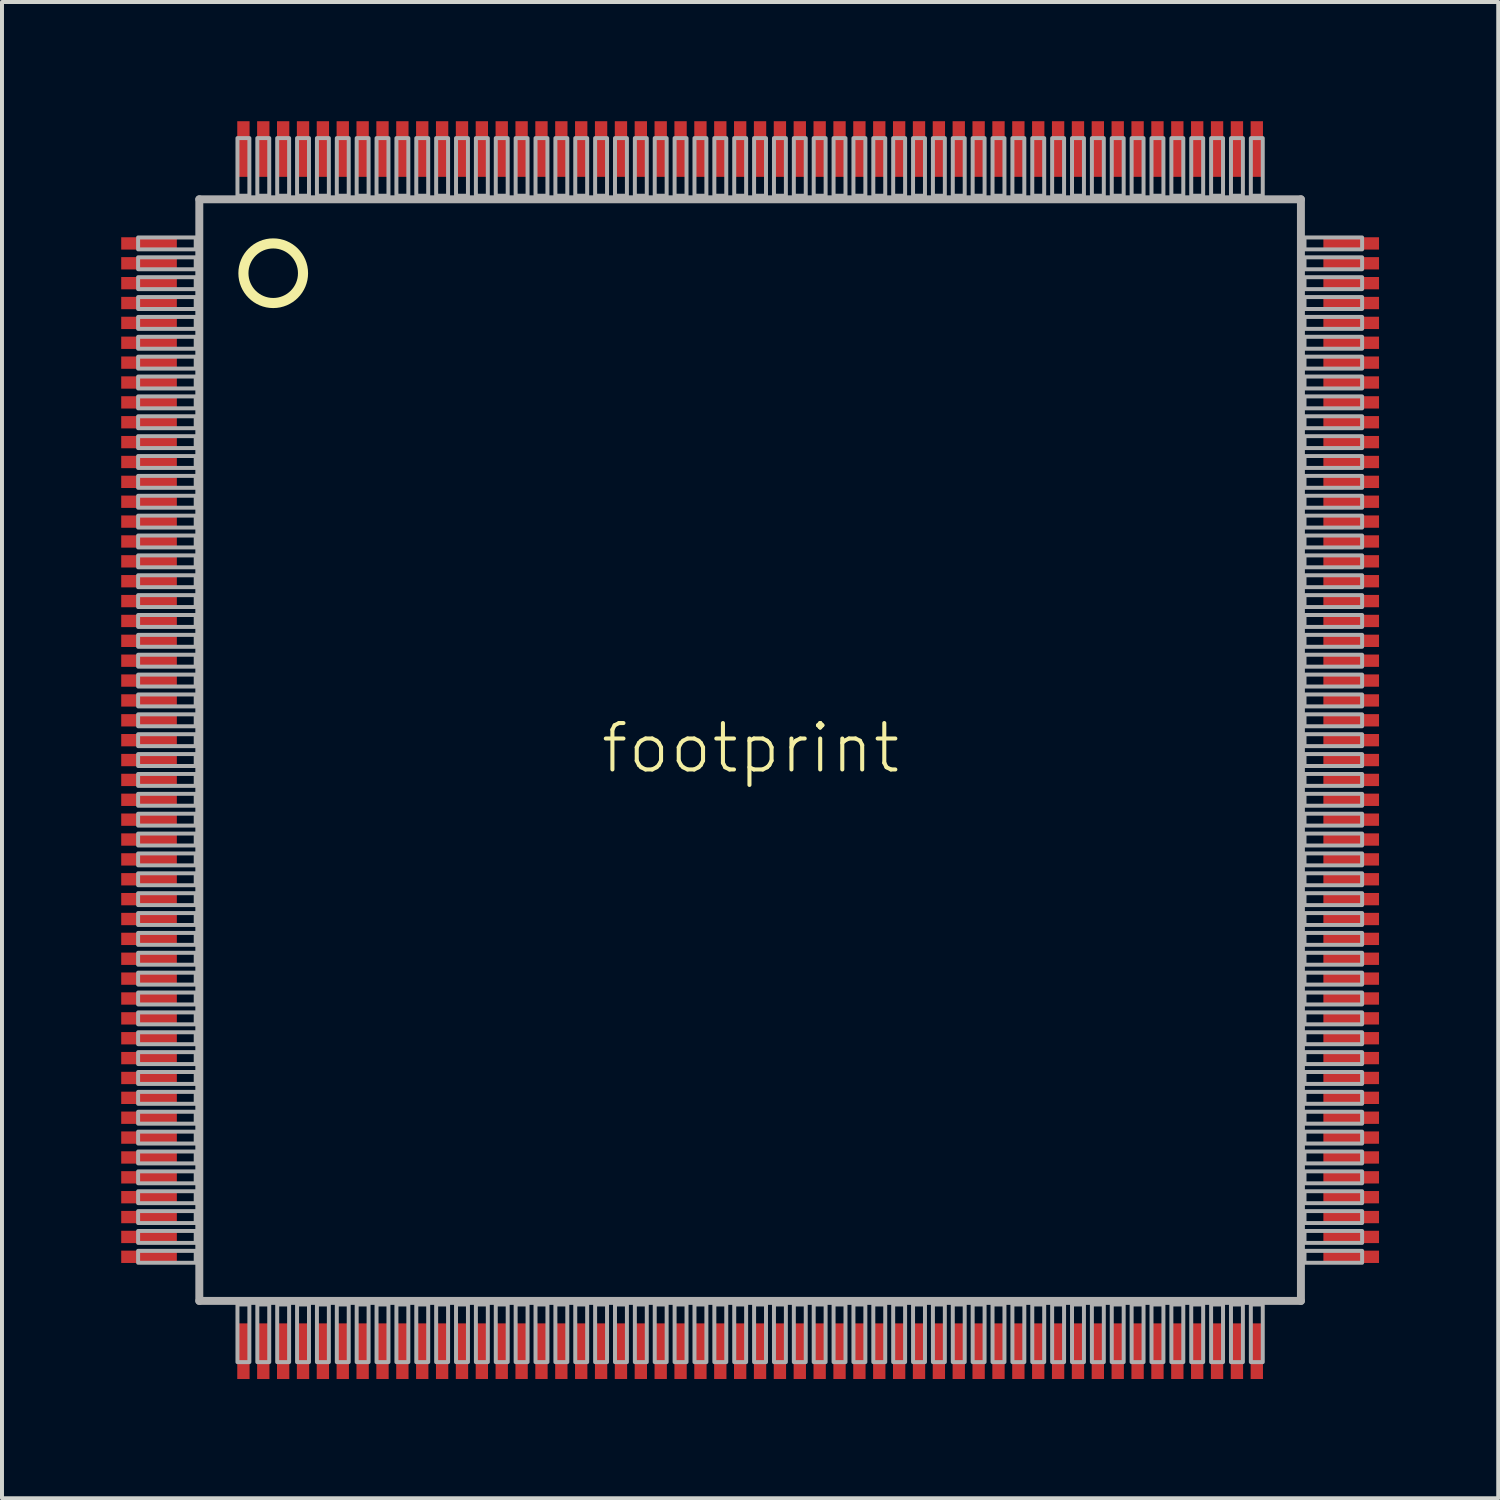
<source format=kicad_pcb>
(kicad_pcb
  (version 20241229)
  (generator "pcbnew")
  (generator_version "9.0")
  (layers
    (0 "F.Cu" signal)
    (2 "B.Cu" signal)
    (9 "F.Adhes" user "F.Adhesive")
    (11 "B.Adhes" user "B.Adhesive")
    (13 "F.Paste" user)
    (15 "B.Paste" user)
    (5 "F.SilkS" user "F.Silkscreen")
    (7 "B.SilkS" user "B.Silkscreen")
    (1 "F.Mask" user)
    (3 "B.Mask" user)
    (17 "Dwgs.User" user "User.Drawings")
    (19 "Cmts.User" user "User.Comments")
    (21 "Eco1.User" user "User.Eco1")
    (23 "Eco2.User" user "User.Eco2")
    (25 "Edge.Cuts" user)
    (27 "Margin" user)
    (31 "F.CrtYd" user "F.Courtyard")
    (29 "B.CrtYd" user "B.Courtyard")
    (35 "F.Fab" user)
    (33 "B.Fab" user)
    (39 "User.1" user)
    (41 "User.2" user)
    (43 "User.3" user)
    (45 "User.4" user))
  (footprint "footprint"
    (layer "F.Cu")
    (at 15.825 15.825)
    (property "Reference" "footprint" (at -3.81 0.635 0) (layer "F.SilkS") (effects (font (size 1.168 1.168) (thickness 0.102)) (justify left bottom)))
    (fp_circle (center -12 -12) (end -11.25 -12) (stroke (width 0.254) (type solid)) (fill no) (layer "F.SilkS"))
    (fp_line (start -13.86 -13.86) (end -13.86 13.86) (stroke (width 0.2) (type solid)) (layer "F.Fab"))
    (fp_line (start -13.86 13.86) (end 13.86 13.86) (stroke (width 0.2) (type solid)) (layer "F.Fab"))
    (fp_line (start 13.86 -13.86) (end -13.86 -13.86) (stroke (width 0.2) (type solid)) (layer "F.Fab"))
    (fp_line (start 13.86 13.86) (end 13.86 -13.86) (stroke (width 0.2) (type solid)) (layer "F.Fab"))
    (fp_poly (pts (xy -15.4 -12.6) (xy -13.95 -12.6) (xy -13.95 -12.9) (xy -15.4 -12.9)) (stroke (width 0.1) (type solid)) (fill no) (layer "F.Fab"))
    (fp_poly (pts (xy -15.4 -12.1) (xy -13.95 -12.1) (xy -13.95 -12.4) (xy -15.4 -12.4)) (stroke (width 0.1) (type solid)) (fill no) (layer "F.Fab"))
    (fp_poly (pts (xy -15.4 -11.6) (xy -13.95 -11.6) (xy -13.95 -11.9) (xy -15.4 -11.9)) (stroke (width 0.1) (type solid)) (fill no) (layer "F.Fab"))
    (fp_poly (pts (xy -15.4 -11.1) (xy -13.95 -11.1) (xy -13.95 -11.4) (xy -15.4 -11.4)) (stroke (width 0.1) (type solid)) (fill no) (layer "F.Fab"))
    (fp_poly (pts (xy -15.4 -10.6) (xy -13.95 -10.6) (xy -13.95 -10.9) (xy -15.4 -10.9)) (stroke (width 0.1) (type solid)) (fill no) (layer "F.Fab"))
    (fp_poly (pts (xy -15.4 -10.1) (xy -13.95 -10.1) (xy -13.95 -10.4) (xy -15.4 -10.4)) (stroke (width 0.1) (type solid)) (fill no) (layer "F.Fab"))
    (fp_poly (pts (xy -15.4 -9.6) (xy -13.95 -9.6) (xy -13.95 -9.9) (xy -15.4 -9.9)) (stroke (width 0.1) (type solid)) (fill no) (layer "F.Fab"))
    (fp_poly (pts (xy -15.4 -9.1) (xy -13.95 -9.1) (xy -13.95 -9.4) (xy -15.4 -9.4)) (stroke (width 0.1) (type solid)) (fill no) (layer "F.Fab"))
    (fp_poly (pts (xy -15.4 -8.6) (xy -13.95 -8.6) (xy -13.95 -8.9) (xy -15.4 -8.9)) (stroke (width 0.1) (type solid)) (fill no) (layer "F.Fab"))
    (fp_poly (pts (xy -15.4 -8.1) (xy -13.95 -8.1) (xy -13.95 -8.4) (xy -15.4 -8.4)) (stroke (width 0.1) (type solid)) (fill no) (layer "F.Fab"))
    (fp_poly (pts (xy -15.4 -7.6) (xy -13.95 -7.6) (xy -13.95 -7.9) (xy -15.4 -7.9)) (stroke (width 0.1) (type solid)) (fill no) (layer "F.Fab"))
    (fp_poly (pts (xy -15.4 -7.1) (xy -13.95 -7.1) (xy -13.95 -7.4) (xy -15.4 -7.4)) (stroke (width 0.1) (type solid)) (fill no) (layer "F.Fab"))
    (fp_poly (pts (xy -15.4 -6.6) (xy -13.95 -6.6) (xy -13.95 -6.9) (xy -15.4 -6.9)) (stroke (width 0.1) (type solid)) (fill no) (layer "F.Fab"))
    (fp_poly (pts (xy -15.4 -6.1) (xy -13.95 -6.1) (xy -13.95 -6.4) (xy -15.4 -6.4)) (stroke (width 0.1) (type solid)) (fill no) (layer "F.Fab"))
    (fp_poly (pts (xy -15.4 -5.6) (xy -13.95 -5.6) (xy -13.95 -5.9) (xy -15.4 -5.9)) (stroke (width 0.1) (type solid)) (fill no) (layer "F.Fab"))
    (fp_poly (pts (xy -15.4 -5.1) (xy -13.95 -5.1) (xy -13.95 -5.4) (xy -15.4 -5.4)) (stroke (width 0.1) (type solid)) (fill no) (layer "F.Fab"))
    (fp_poly (pts (xy -15.4 -4.6) (xy -13.95 -4.6) (xy -13.95 -4.9) (xy -15.4 -4.9)) (stroke (width 0.1) (type solid)) (fill no) (layer "F.Fab"))
    (fp_poly (pts (xy -15.4 -4.1) (xy -13.95 -4.1) (xy -13.95 -4.4) (xy -15.4 -4.4)) (stroke (width 0.1) (type solid)) (fill no) (layer "F.Fab"))
    (fp_poly (pts (xy -15.4 -3.6) (xy -13.95 -3.6) (xy -13.95 -3.9) (xy -15.4 -3.9)) (stroke (width 0.1) (type solid)) (fill no) (layer "F.Fab"))
    (fp_poly (pts (xy -15.4 -3.1) (xy -13.95 -3.1) (xy -13.95 -3.4) (xy -15.4 -3.4)) (stroke (width 0.1) (type solid)) (fill no) (layer "F.Fab"))
    (fp_poly (pts (xy -15.4 -2.6) (xy -13.95 -2.6) (xy -13.95 -2.9) (xy -15.4 -2.9)) (stroke (width 0.1) (type solid)) (fill no) (layer "F.Fab"))
    (fp_poly (pts (xy -15.4 -2.1) (xy -13.95 -2.1) (xy -13.95 -2.4) (xy -15.4 -2.4)) (stroke (width 0.1) (type solid)) (fill no) (layer "F.Fab"))
    (fp_poly (pts (xy -15.4 -1.6) (xy -13.95 -1.6) (xy -13.95 -1.9) (xy -15.4 -1.9)) (stroke (width 0.1) (type solid)) (fill no) (layer "F.Fab"))
    (fp_poly (pts (xy -15.4 -1.1) (xy -13.95 -1.1) (xy -13.95 -1.4) (xy -15.4 -1.4)) (stroke (width 0.1) (type solid)) (fill no) (layer "F.Fab"))
    (fp_poly (pts (xy -15.4 -0.6) (xy -13.95 -0.6) (xy -13.95 -0.9) (xy -15.4 -0.9)) (stroke (width 0.1) (type solid)) (fill no) (layer "F.Fab"))
    (fp_poly (pts (xy -15.4 -0.1) (xy -13.95 -0.1) (xy -13.95 -0.4) (xy -15.4 -0.4)) (stroke (width 0.1) (type solid)) (fill no) (layer "F.Fab"))
    (fp_poly (pts (xy -15.4 0.4) (xy -13.95 0.4) (xy -13.95 0.1) (xy -15.4 0.1)) (stroke (width 0.1) (type solid)) (fill no) (layer "F.Fab"))
    (fp_poly (pts (xy -15.4 0.9) (xy -13.95 0.9) (xy -13.95 0.6) (xy -15.4 0.6)) (stroke (width 0.1) (type solid)) (fill no) (layer "F.Fab"))
    (fp_poly (pts (xy -15.4 1.4) (xy -13.95 1.4) (xy -13.95 1.1) (xy -15.4 1.1)) (stroke (width 0.1) (type solid)) (fill no) (layer "F.Fab"))
    (fp_poly (pts (xy -15.4 1.9) (xy -13.95 1.9) (xy -13.95 1.6) (xy -15.4 1.6)) (stroke (width 0.1) (type solid)) (fill no) (layer "F.Fab"))
    (fp_poly (pts (xy -15.4 2.4) (xy -13.95 2.4) (xy -13.95 2.1) (xy -15.4 2.1)) (stroke (width 0.1) (type solid)) (fill no) (layer "F.Fab"))
    (fp_poly (pts (xy -15.4 2.9) (xy -13.95 2.9) (xy -13.95 2.6) (xy -15.4 2.6)) (stroke (width 0.1) (type solid)) (fill no) (layer "F.Fab"))
    (fp_poly (pts (xy -15.4 3.4) (xy -13.95 3.4) (xy -13.95 3.1) (xy -15.4 3.1)) (stroke (width 0.1) (type solid)) (fill no) (layer "F.Fab"))
    (fp_poly (pts (xy -15.4 3.9) (xy -13.95 3.9) (xy -13.95 3.6) (xy -15.4 3.6)) (stroke (width 0.1) (type solid)) (fill no) (layer "F.Fab"))
    (fp_poly (pts (xy -15.4 4.4) (xy -13.95 4.4) (xy -13.95 4.1) (xy -15.4 4.1)) (stroke (width 0.1) (type solid)) (fill no) (layer "F.Fab"))
    (fp_poly (pts (xy -15.4 4.9) (xy -13.95 4.9) (xy -13.95 4.6) (xy -15.4 4.6)) (stroke (width 0.1) (type solid)) (fill no) (layer "F.Fab"))
    (fp_poly (pts (xy -15.4 5.4) (xy -13.95 5.4) (xy -13.95 5.1) (xy -15.4 5.1)) (stroke (width 0.1) (type solid)) (fill no) (layer "F.Fab"))
    (fp_poly (pts (xy -15.4 5.9) (xy -13.95 5.9) (xy -13.95 5.6) (xy -15.4 5.6)) (stroke (width 0.1) (type solid)) (fill no) (layer "F.Fab"))
    (fp_poly (pts (xy -15.4 6.4) (xy -13.95 6.4) (xy -13.95 6.1) (xy -15.4 6.1)) (stroke (width 0.1) (type solid)) (fill no) (layer "F.Fab"))
    (fp_poly (pts (xy -15.4 6.9) (xy -13.95 6.9) (xy -13.95 6.6) (xy -15.4 6.6)) (stroke (width 0.1) (type solid)) (fill no) (layer "F.Fab"))
    (fp_poly (pts (xy -15.4 7.4) (xy -13.95 7.4) (xy -13.95 7.1) (xy -15.4 7.1)) (stroke (width 0.1) (type solid)) (fill no) (layer "F.Fab"))
    (fp_poly (pts (xy -15.4 7.9) (xy -13.95 7.9) (xy -13.95 7.6) (xy -15.4 7.6)) (stroke (width 0.1) (type solid)) (fill no) (layer "F.Fab"))
    (fp_poly (pts (xy -15.4 8.4) (xy -13.95 8.4) (xy -13.95 8.1) (xy -15.4 8.1)) (stroke (width 0.1) (type solid)) (fill no) (layer "F.Fab"))
    (fp_poly (pts (xy -15.4 8.9) (xy -13.95 8.9) (xy -13.95 8.6) (xy -15.4 8.6)) (stroke (width 0.1) (type solid)) (fill no) (layer "F.Fab"))
    (fp_poly (pts (xy -15.4 9.4) (xy -13.95 9.4) (xy -13.95 9.1) (xy -15.4 9.1)) (stroke (width 0.1) (type solid)) (fill no) (layer "F.Fab"))
    (fp_poly (pts (xy -15.4 9.9) (xy -13.95 9.9) (xy -13.95 9.6) (xy -15.4 9.6)) (stroke (width 0.1) (type solid)) (fill no) (layer "F.Fab"))
    (fp_poly (pts (xy -15.4 10.4) (xy -13.95 10.4) (xy -13.95 10.1) (xy -15.4 10.1)) (stroke (width 0.1) (type solid)) (fill no) (layer "F.Fab"))
    (fp_poly (pts (xy -15.4 10.9) (xy -13.95 10.9) (xy -13.95 10.6) (xy -15.4 10.6)) (stroke (width 0.1) (type solid)) (fill no) (layer "F.Fab"))
    (fp_poly (pts (xy -15.4 11.4) (xy -13.95 11.4) (xy -13.95 11.1) (xy -15.4 11.1)) (stroke (width 0.1) (type solid)) (fill no) (layer "F.Fab"))
    (fp_poly (pts (xy -15.4 11.9) (xy -13.95 11.9) (xy -13.95 11.6) (xy -15.4 11.6)) (stroke (width 0.1) (type solid)) (fill no) (layer "F.Fab"))
    (fp_poly (pts (xy -15.4 12.4) (xy -13.95 12.4) (xy -13.95 12.1) (xy -15.4 12.1)) (stroke (width 0.1) (type solid)) (fill no) (layer "F.Fab"))
    (fp_poly (pts (xy -15.4 12.9) (xy -13.95 12.9) (xy -13.95 12.6) (xy -15.4 12.6)) (stroke (width 0.1) (type solid)) (fill no) (layer "F.Fab"))
    (fp_poly (pts (xy -12.9 -13.95) (xy -12.6 -13.95) (xy -12.6 -15.4) (xy -12.9 -15.4)) (stroke (width 0.1) (type solid)) (fill no) (layer "F.Fab"))
    (fp_poly (pts (xy -12.9 15.4) (xy -12.6 15.4) (xy -12.6 13.95) (xy -12.9 13.95)) (stroke (width 0.1) (type solid)) (fill no) (layer "F.Fab"))
    (fp_poly (pts (xy -12.4 -13.95) (xy -12.1 -13.95) (xy -12.1 -15.4) (xy -12.4 -15.4)) (stroke (width 0.1) (type solid)) (fill no) (layer "F.Fab"))
    (fp_poly (pts (xy -12.4 15.4) (xy -12.1 15.4) (xy -12.1 13.95) (xy -12.4 13.95)) (stroke (width 0.1) (type solid)) (fill no) (layer "F.Fab"))
    (fp_poly (pts (xy -11.9 -13.95) (xy -11.6 -13.95) (xy -11.6 -15.4) (xy -11.9 -15.4)) (stroke (width 0.1) (type solid)) (fill no) (layer "F.Fab"))
    (fp_poly (pts (xy -11.9 15.4) (xy -11.6 15.4) (xy -11.6 13.95) (xy -11.9 13.95)) (stroke (width 0.1) (type solid)) (fill no) (layer "F.Fab"))
    (fp_poly (pts (xy -11.4 -13.95) (xy -11.1 -13.95) (xy -11.1 -15.4) (xy -11.4 -15.4)) (stroke (width 0.1) (type solid)) (fill no) (layer "F.Fab"))
    (fp_poly (pts (xy -11.4 15.4) (xy -11.1 15.4) (xy -11.1 13.95) (xy -11.4 13.95)) (stroke (width 0.1) (type solid)) (fill no) (layer "F.Fab"))
    (fp_poly (pts (xy -10.9 -13.95) (xy -10.6 -13.95) (xy -10.6 -15.4) (xy -10.9 -15.4)) (stroke (width 0.1) (type solid)) (fill no) (layer "F.Fab"))
    (fp_poly (pts (xy -10.9 15.4) (xy -10.6 15.4) (xy -10.6 13.95) (xy -10.9 13.95)) (stroke (width 0.1) (type solid)) (fill no) (layer "F.Fab"))
    (fp_poly (pts (xy -10.4 -13.95) (xy -10.1 -13.95) (xy -10.1 -15.4) (xy -10.4 -15.4)) (stroke (width 0.1) (type solid)) (fill no) (layer "F.Fab"))
    (fp_poly (pts (xy -10.4 15.4) (xy -10.1 15.4) (xy -10.1 13.95) (xy -10.4 13.95)) (stroke (width 0.1) (type solid)) (fill no) (layer "F.Fab"))
    (fp_poly (pts (xy -9.9 -13.95) (xy -9.6 -13.95) (xy -9.6 -15.4) (xy -9.9 -15.4)) (stroke (width 0.1) (type solid)) (fill no) (layer "F.Fab"))
    (fp_poly (pts (xy -9.9 15.4) (xy -9.6 15.4) (xy -9.6 13.95) (xy -9.9 13.95)) (stroke (width 0.1) (type solid)) (fill no) (layer "F.Fab"))
    (fp_poly (pts (xy -9.4 -13.95) (xy -9.1 -13.95) (xy -9.1 -15.4) (xy -9.4 -15.4)) (stroke (width 0.1) (type solid)) (fill no) (layer "F.Fab"))
    (fp_poly (pts (xy -9.4 15.4) (xy -9.1 15.4) (xy -9.1 13.95) (xy -9.4 13.95)) (stroke (width 0.1) (type solid)) (fill no) (layer "F.Fab"))
    (fp_poly (pts (xy -8.9 -13.95) (xy -8.6 -13.95) (xy -8.6 -15.4) (xy -8.9 -15.4)) (stroke (width 0.1) (type solid)) (fill no) (layer "F.Fab"))
    (fp_poly (pts (xy -8.9 15.4) (xy -8.6 15.4) (xy -8.6 13.95) (xy -8.9 13.95)) (stroke (width 0.1) (type solid)) (fill no) (layer "F.Fab"))
    (fp_poly (pts (xy -8.4 -13.95) (xy -8.1 -13.95) (xy -8.1 -15.4) (xy -8.4 -15.4)) (stroke (width 0.1) (type solid)) (fill no) (layer "F.Fab"))
    (fp_poly (pts (xy -8.4 15.4) (xy -8.1 15.4) (xy -8.1 13.95) (xy -8.4 13.95)) (stroke (width 0.1) (type solid)) (fill no) (layer "F.Fab"))
    (fp_poly (pts (xy -7.9 -13.95) (xy -7.6 -13.95) (xy -7.6 -15.4) (xy -7.9 -15.4)) (stroke (width 0.1) (type solid)) (fill no) (layer "F.Fab"))
    (fp_poly (pts (xy -7.9 15.4) (xy -7.6 15.4) (xy -7.6 13.95) (xy -7.9 13.95)) (stroke (width 0.1) (type solid)) (fill no) (layer "F.Fab"))
    (fp_poly (pts (xy -7.4 -13.95) (xy -7.1 -13.95) (xy -7.1 -15.4) (xy -7.4 -15.4)) (stroke (width 0.1) (type solid)) (fill no) (layer "F.Fab"))
    (fp_poly (pts (xy -7.4 15.4) (xy -7.1 15.4) (xy -7.1 13.95) (xy -7.4 13.95)) (stroke (width 0.1) (type solid)) (fill no) (layer "F.Fab"))
    (fp_poly (pts (xy -6.9 -13.95) (xy -6.6 -13.95) (xy -6.6 -15.4) (xy -6.9 -15.4)) (stroke (width 0.1) (type solid)) (fill no) (layer "F.Fab"))
    (fp_poly (pts (xy -6.9 15.4) (xy -6.6 15.4) (xy -6.6 13.95) (xy -6.9 13.95)) (stroke (width 0.1) (type solid)) (fill no) (layer "F.Fab"))
    (fp_poly (pts (xy -6.4 -13.95) (xy -6.1 -13.95) (xy -6.1 -15.4) (xy -6.4 -15.4)) (stroke (width 0.1) (type solid)) (fill no) (layer "F.Fab"))
    (fp_poly (pts (xy -6.4 15.4) (xy -6.1 15.4) (xy -6.1 13.95) (xy -6.4 13.95)) (stroke (width 0.1) (type solid)) (fill no) (layer "F.Fab"))
    (fp_poly (pts (xy -5.9 -13.95) (xy -5.6 -13.95) (xy -5.6 -15.4) (xy -5.9 -15.4)) (stroke (width 0.1) (type solid)) (fill no) (layer "F.Fab"))
    (fp_poly (pts (xy -5.9 15.4) (xy -5.6 15.4) (xy -5.6 13.95) (xy -5.9 13.95)) (stroke (width 0.1) (type solid)) (fill no) (layer "F.Fab"))
    (fp_poly (pts (xy -5.4 -13.95) (xy -5.1 -13.95) (xy -5.1 -15.4) (xy -5.4 -15.4)) (stroke (width 0.1) (type solid)) (fill no) (layer "F.Fab"))
    (fp_poly (pts (xy -5.4 15.4) (xy -5.1 15.4) (xy -5.1 13.95) (xy -5.4 13.95)) (stroke (width 0.1) (type solid)) (fill no) (layer "F.Fab"))
    (fp_poly (pts (xy -4.9 -13.95) (xy -4.6 -13.95) (xy -4.6 -15.4) (xy -4.9 -15.4)) (stroke (width 0.1) (type solid)) (fill no) (layer "F.Fab"))
    (fp_poly (pts (xy -4.9 15.4) (xy -4.6 15.4) (xy -4.6 13.95) (xy -4.9 13.95)) (stroke (width 0.1) (type solid)) (fill no) (layer "F.Fab"))
    (fp_poly (pts (xy -4.4 -13.95) (xy -4.1 -13.95) (xy -4.1 -15.4) (xy -4.4 -15.4)) (stroke (width 0.1) (type solid)) (fill no) (layer "F.Fab"))
    (fp_poly (pts (xy -4.4 15.4) (xy -4.1 15.4) (xy -4.1 13.95) (xy -4.4 13.95)) (stroke (width 0.1) (type solid)) (fill no) (layer "F.Fab"))
    (fp_poly (pts (xy -3.9 -13.95) (xy -3.6 -13.95) (xy -3.6 -15.4) (xy -3.9 -15.4)) (stroke (width 0.1) (type solid)) (fill no) (layer "F.Fab"))
    (fp_poly (pts (xy -3.9 15.4) (xy -3.6 15.4) (xy -3.6 13.95) (xy -3.9 13.95)) (stroke (width 0.1) (type solid)) (fill no) (layer "F.Fab"))
    (fp_poly (pts (xy -3.4 -13.95) (xy -3.1 -13.95) (xy -3.1 -15.4) (xy -3.4 -15.4)) (stroke (width 0.1) (type solid)) (fill no) (layer "F.Fab"))
    (fp_poly (pts (xy -3.4 15.4) (xy -3.1 15.4) (xy -3.1 13.95) (xy -3.4 13.95)) (stroke (width 0.1) (type solid)) (fill no) (layer "F.Fab"))
    (fp_poly (pts (xy -2.9 -13.95) (xy -2.6 -13.95) (xy -2.6 -15.4) (xy -2.9 -15.4)) (stroke (width 0.1) (type solid)) (fill no) (layer "F.Fab"))
    (fp_poly (pts (xy -2.9 15.4) (xy -2.6 15.4) (xy -2.6 13.95) (xy -2.9 13.95)) (stroke (width 0.1) (type solid)) (fill no) (layer "F.Fab"))
    (fp_poly (pts (xy -2.4 -13.95) (xy -2.1 -13.95) (xy -2.1 -15.4) (xy -2.4 -15.4)) (stroke (width 0.1) (type solid)) (fill no) (layer "F.Fab"))
    (fp_poly (pts (xy -2.4 15.4) (xy -2.1 15.4) (xy -2.1 13.95) (xy -2.4 13.95)) (stroke (width 0.1) (type solid)) (fill no) (layer "F.Fab"))
    (fp_poly (pts (xy -1.9 -13.95) (xy -1.6 -13.95) (xy -1.6 -15.4) (xy -1.9 -15.4)) (stroke (width 0.1) (type solid)) (fill no) (layer "F.Fab"))
    (fp_poly (pts (xy -1.9 15.4) (xy -1.6 15.4) (xy -1.6 13.95) (xy -1.9 13.95)) (stroke (width 0.1) (type solid)) (fill no) (layer "F.Fab"))
    (fp_poly (pts (xy -1.4 -13.95) (xy -1.1 -13.95) (xy -1.1 -15.4) (xy -1.4 -15.4)) (stroke (width 0.1) (type solid)) (fill no) (layer "F.Fab"))
    (fp_poly (pts (xy -1.4 15.4) (xy -1.1 15.4) (xy -1.1 13.95) (xy -1.4 13.95)) (stroke (width 0.1) (type solid)) (fill no) (layer "F.Fab"))
    (fp_poly (pts (xy -0.9 -13.95) (xy -0.6 -13.95) (xy -0.6 -15.4) (xy -0.9 -15.4)) (stroke (width 0.1) (type solid)) (fill no) (layer "F.Fab"))
    (fp_poly (pts (xy -0.9 15.4) (xy -0.6 15.4) (xy -0.6 13.95) (xy -0.9 13.95)) (stroke (width 0.1) (type solid)) (fill no) (layer "F.Fab"))
    (fp_poly (pts (xy -0.4 -13.95) (xy -0.1 -13.95) (xy -0.1 -15.4) (xy -0.4 -15.4)) (stroke (width 0.1) (type solid)) (fill no) (layer "F.Fab"))
    (fp_poly (pts (xy -0.4 15.4) (xy -0.1 15.4) (xy -0.1 13.95) (xy -0.4 13.95)) (stroke (width 0.1) (type solid)) (fill no) (layer "F.Fab"))
    (fp_poly (pts (xy 0.1 -13.95) (xy 0.4 -13.95) (xy 0.4 -15.4) (xy 0.1 -15.4)) (stroke (width 0.1) (type solid)) (fill no) (layer "F.Fab"))
    (fp_poly (pts (xy 0.1 15.4) (xy 0.4 15.4) (xy 0.4 13.95) (xy 0.1 13.95)) (stroke (width 0.1) (type solid)) (fill no) (layer "F.Fab"))
    (fp_poly (pts (xy 0.6 -13.95) (xy 0.9 -13.95) (xy 0.9 -15.4) (xy 0.6 -15.4)) (stroke (width 0.1) (type solid)) (fill no) (layer "F.Fab"))
    (fp_poly (pts (xy 0.6 15.4) (xy 0.9 15.4) (xy 0.9 13.95) (xy 0.6 13.95)) (stroke (width 0.1) (type solid)) (fill no) (layer "F.Fab"))
    (fp_poly (pts (xy 1.1 -13.95) (xy 1.4 -13.95) (xy 1.4 -15.4) (xy 1.1 -15.4)) (stroke (width 0.1) (type solid)) (fill no) (layer "F.Fab"))
    (fp_poly (pts (xy 1.1 15.4) (xy 1.4 15.4) (xy 1.4 13.95) (xy 1.1 13.95)) (stroke (width 0.1) (type solid)) (fill no) (layer "F.Fab"))
    (fp_poly (pts (xy 1.6 -13.95) (xy 1.9 -13.95) (xy 1.9 -15.4) (xy 1.6 -15.4)) (stroke (width 0.1) (type solid)) (fill no) (layer "F.Fab"))
    (fp_poly (pts (xy 1.6 15.4) (xy 1.9 15.4) (xy 1.9 13.95) (xy 1.6 13.95)) (stroke (width 0.1) (type solid)) (fill no) (layer "F.Fab"))
    (fp_poly (pts (xy 2.1 -13.95) (xy 2.4 -13.95) (xy 2.4 -15.4) (xy 2.1 -15.4)) (stroke (width 0.1) (type solid)) (fill no) (layer "F.Fab"))
    (fp_poly (pts (xy 2.1 15.4) (xy 2.4 15.4) (xy 2.4 13.95) (xy 2.1 13.95)) (stroke (width 0.1) (type solid)) (fill no) (layer "F.Fab"))
    (fp_poly (pts (xy 2.6 -13.95) (xy 2.9 -13.95) (xy 2.9 -15.4) (xy 2.6 -15.4)) (stroke (width 0.1) (type solid)) (fill no) (layer "F.Fab"))
    (fp_poly (pts (xy 2.6 15.4) (xy 2.9 15.4) (xy 2.9 13.95) (xy 2.6 13.95)) (stroke (width 0.1) (type solid)) (fill no) (layer "F.Fab"))
    (fp_poly (pts (xy 3.1 -13.95) (xy 3.4 -13.95) (xy 3.4 -15.4) (xy 3.1 -15.4)) (stroke (width 0.1) (type solid)) (fill no) (layer "F.Fab"))
    (fp_poly (pts (xy 3.1 15.4) (xy 3.4 15.4) (xy 3.4 13.95) (xy 3.1 13.95)) (stroke (width 0.1) (type solid)) (fill no) (layer "F.Fab"))
    (fp_poly (pts (xy 3.6 -13.95) (xy 3.9 -13.95) (xy 3.9 -15.4) (xy 3.6 -15.4)) (stroke (width 0.1) (type solid)) (fill no) (layer "F.Fab"))
    (fp_poly (pts (xy 3.6 15.4) (xy 3.9 15.4) (xy 3.9 13.95) (xy 3.6 13.95)) (stroke (width 0.1) (type solid)) (fill no) (layer "F.Fab"))
    (fp_poly (pts (xy 4.1 -13.95) (xy 4.4 -13.95) (xy 4.4 -15.4) (xy 4.1 -15.4)) (stroke (width 0.1) (type solid)) (fill no) (layer "F.Fab"))
    (fp_poly (pts (xy 4.1 15.4) (xy 4.4 15.4) (xy 4.4 13.95) (xy 4.1 13.95)) (stroke (width 0.1) (type solid)) (fill no) (layer "F.Fab"))
    (fp_poly (pts (xy 4.6 -13.95) (xy 4.9 -13.95) (xy 4.9 -15.4) (xy 4.6 -15.4)) (stroke (width 0.1) (type solid)) (fill no) (layer "F.Fab"))
    (fp_poly (pts (xy 4.6 15.4) (xy 4.9 15.4) (xy 4.9 13.95) (xy 4.6 13.95)) (stroke (width 0.1) (type solid)) (fill no) (layer "F.Fab"))
    (fp_poly (pts (xy 5.1 -13.95) (xy 5.4 -13.95) (xy 5.4 -15.4) (xy 5.1 -15.4)) (stroke (width 0.1) (type solid)) (fill no) (layer "F.Fab"))
    (fp_poly (pts (xy 5.1 15.4) (xy 5.4 15.4) (xy 5.4 13.95) (xy 5.1 13.95)) (stroke (width 0.1) (type solid)) (fill no) (layer "F.Fab"))
    (fp_poly (pts (xy 5.6 -13.95) (xy 5.9 -13.95) (xy 5.9 -15.4) (xy 5.6 -15.4)) (stroke (width 0.1) (type solid)) (fill no) (layer "F.Fab"))
    (fp_poly (pts (xy 5.6 15.4) (xy 5.9 15.4) (xy 5.9 13.95) (xy 5.6 13.95)) (stroke (width 0.1) (type solid)) (fill no) (layer "F.Fab"))
    (fp_poly (pts (xy 6.1 -13.95) (xy 6.4 -13.95) (xy 6.4 -15.4) (xy 6.1 -15.4)) (stroke (width 0.1) (type solid)) (fill no) (layer "F.Fab"))
    (fp_poly (pts (xy 6.1 15.4) (xy 6.4 15.4) (xy 6.4 13.95) (xy 6.1 13.95)) (stroke (width 0.1) (type solid)) (fill no) (layer "F.Fab"))
    (fp_poly (pts (xy 6.6 -13.95) (xy 6.9 -13.95) (xy 6.9 -15.4) (xy 6.6 -15.4)) (stroke (width 0.1) (type solid)) (fill no) (layer "F.Fab"))
    (fp_poly (pts (xy 6.6 15.4) (xy 6.9 15.4) (xy 6.9 13.95) (xy 6.6 13.95)) (stroke (width 0.1) (type solid)) (fill no) (layer "F.Fab"))
    (fp_poly (pts (xy 7.1 -13.95) (xy 7.4 -13.95) (xy 7.4 -15.4) (xy 7.1 -15.4)) (stroke (width 0.1) (type solid)) (fill no) (layer "F.Fab"))
    (fp_poly (pts (xy 7.1 15.4) (xy 7.4 15.4) (xy 7.4 13.95) (xy 7.1 13.95)) (stroke (width 0.1) (type solid)) (fill no) (layer "F.Fab"))
    (fp_poly (pts (xy 7.6 -13.95) (xy 7.9 -13.95) (xy 7.9 -15.4) (xy 7.6 -15.4)) (stroke (width 0.1) (type solid)) (fill no) (layer "F.Fab"))
    (fp_poly (pts (xy 7.6 15.4) (xy 7.9 15.4) (xy 7.9 13.95) (xy 7.6 13.95)) (stroke (width 0.1) (type solid)) (fill no) (layer "F.Fab"))
    (fp_poly (pts (xy 8.1 -13.95) (xy 8.4 -13.95) (xy 8.4 -15.4) (xy 8.1 -15.4)) (stroke (width 0.1) (type solid)) (fill no) (layer "F.Fab"))
    (fp_poly (pts (xy 8.1 15.4) (xy 8.4 15.4) (xy 8.4 13.95) (xy 8.1 13.95)) (stroke (width 0.1) (type solid)) (fill no) (layer "F.Fab"))
    (fp_poly (pts (xy 8.6 -13.95) (xy 8.9 -13.95) (xy 8.9 -15.4) (xy 8.6 -15.4)) (stroke (width 0.1) (type solid)) (fill no) (layer "F.Fab"))
    (fp_poly (pts (xy 8.6 15.4) (xy 8.9 15.4) (xy 8.9 13.95) (xy 8.6 13.95)) (stroke (width 0.1) (type solid)) (fill no) (layer "F.Fab"))
    (fp_poly (pts (xy 9.1 -13.95) (xy 9.4 -13.95) (xy 9.4 -15.4) (xy 9.1 -15.4)) (stroke (width 0.1) (type solid)) (fill no) (layer "F.Fab"))
    (fp_poly (pts (xy 9.1 15.4) (xy 9.4 15.4) (xy 9.4 13.95) (xy 9.1 13.95)) (stroke (width 0.1) (type solid)) (fill no) (layer "F.Fab"))
    (fp_poly (pts (xy 9.6 -13.95) (xy 9.9 -13.95) (xy 9.9 -15.4) (xy 9.6 -15.4)) (stroke (width 0.1) (type solid)) (fill no) (layer "F.Fab"))
    (fp_poly (pts (xy 9.6 15.4) (xy 9.9 15.4) (xy 9.9 13.95) (xy 9.6 13.95)) (stroke (width 0.1) (type solid)) (fill no) (layer "F.Fab"))
    (fp_poly (pts (xy 10.1 -13.95) (xy 10.4 -13.95) (xy 10.4 -15.4) (xy 10.1 -15.4)) (stroke (width 0.1) (type solid)) (fill no) (layer "F.Fab"))
    (fp_poly (pts (xy 10.1 15.4) (xy 10.4 15.4) (xy 10.4 13.95) (xy 10.1 13.95)) (stroke (width 0.1) (type solid)) (fill no) (layer "F.Fab"))
    (fp_poly (pts (xy 10.6 -13.95) (xy 10.9 -13.95) (xy 10.9 -15.4) (xy 10.6 -15.4)) (stroke (width 0.1) (type solid)) (fill no) (layer "F.Fab"))
    (fp_poly (pts (xy 10.6 15.4) (xy 10.9 15.4) (xy 10.9 13.95) (xy 10.6 13.95)) (stroke (width 0.1) (type solid)) (fill no) (layer "F.Fab"))
    (fp_poly (pts (xy 11.1 -13.95) (xy 11.4 -13.95) (xy 11.4 -15.4) (xy 11.1 -15.4)) (stroke (width 0.1) (type solid)) (fill no) (layer "F.Fab"))
    (fp_poly (pts (xy 11.1 15.4) (xy 11.4 15.4) (xy 11.4 13.95) (xy 11.1 13.95)) (stroke (width 0.1) (type solid)) (fill no) (layer "F.Fab"))
    (fp_poly (pts (xy 11.6 -13.95) (xy 11.9 -13.95) (xy 11.9 -15.4) (xy 11.6 -15.4)) (stroke (width 0.1) (type solid)) (fill no) (layer "F.Fab"))
    (fp_poly (pts (xy 11.6 15.4) (xy 11.9 15.4) (xy 11.9 13.95) (xy 11.6 13.95)) (stroke (width 0.1) (type solid)) (fill no) (layer "F.Fab"))
    (fp_poly (pts (xy 12.1 -13.95) (xy 12.4 -13.95) (xy 12.4 -15.4) (xy 12.1 -15.4)) (stroke (width 0.1) (type solid)) (fill no) (layer "F.Fab"))
    (fp_poly (pts (xy 12.1 15.4) (xy 12.4 15.4) (xy 12.4 13.95) (xy 12.1 13.95)) (stroke (width 0.1) (type solid)) (fill no) (layer "F.Fab"))
    (fp_poly (pts (xy 12.6 -13.95) (xy 12.9 -13.95) (xy 12.9 -15.4) (xy 12.6 -15.4)) (stroke (width 0.1) (type solid)) (fill no) (layer "F.Fab"))
    (fp_poly (pts (xy 12.6 15.4) (xy 12.9 15.4) (xy 12.9 13.95) (xy 12.6 13.95)) (stroke (width 0.1) (type solid)) (fill no) (layer "F.Fab"))
    (fp_poly (pts (xy 13.95 -12.6) (xy 15.4 -12.6) (xy 15.4 -12.9) (xy 13.95 -12.9)) (stroke (width 0.1) (type solid)) (fill no) (layer "F.Fab"))
    (fp_poly (pts (xy 13.95 -12.1) (xy 15.4 -12.1) (xy 15.4 -12.4) (xy 13.95 -12.4)) (stroke (width 0.1) (type solid)) (fill no) (layer "F.Fab"))
    (fp_poly (pts (xy 13.95 -11.6) (xy 15.4 -11.6) (xy 15.4 -11.9) (xy 13.95 -11.9)) (stroke (width 0.1) (type solid)) (fill no) (layer "F.Fab"))
    (fp_poly (pts (xy 13.95 -11.1) (xy 15.4 -11.1) (xy 15.4 -11.4) (xy 13.95 -11.4)) (stroke (width 0.1) (type solid)) (fill no) (layer "F.Fab"))
    (fp_poly (pts (xy 13.95 -10.6) (xy 15.4 -10.6) (xy 15.4 -10.9) (xy 13.95 -10.9)) (stroke (width 0.1) (type solid)) (fill no) (layer "F.Fab"))
    (fp_poly (pts (xy 13.95 -10.1) (xy 15.4 -10.1) (xy 15.4 -10.4) (xy 13.95 -10.4)) (stroke (width 0.1) (type solid)) (fill no) (layer "F.Fab"))
    (fp_poly (pts (xy 13.95 -9.6) (xy 15.4 -9.6) (xy 15.4 -9.9) (xy 13.95 -9.9)) (stroke (width 0.1) (type solid)) (fill no) (layer "F.Fab"))
    (fp_poly (pts (xy 13.95 -9.1) (xy 15.4 -9.1) (xy 15.4 -9.4) (xy 13.95 -9.4)) (stroke (width 0.1) (type solid)) (fill no) (layer "F.Fab"))
    (fp_poly (pts (xy 13.95 -8.6) (xy 15.4 -8.6) (xy 15.4 -8.9) (xy 13.95 -8.9)) (stroke (width 0.1) (type solid)) (fill no) (layer "F.Fab"))
    (fp_poly (pts (xy 13.95 -8.1) (xy 15.4 -8.1) (xy 15.4 -8.4) (xy 13.95 -8.4)) (stroke (width 0.1) (type solid)) (fill no) (layer "F.Fab"))
    (fp_poly (pts (xy 13.95 -7.6) (xy 15.4 -7.6) (xy 15.4 -7.9) (xy 13.95 -7.9)) (stroke (width 0.1) (type solid)) (fill no) (layer "F.Fab"))
    (fp_poly (pts (xy 13.95 -7.1) (xy 15.4 -7.1) (xy 15.4 -7.4) (xy 13.95 -7.4)) (stroke (width 0.1) (type solid)) (fill no) (layer "F.Fab"))
    (fp_poly (pts (xy 13.95 -6.6) (xy 15.4 -6.6) (xy 15.4 -6.9) (xy 13.95 -6.9)) (stroke (width 0.1) (type solid)) (fill no) (layer "F.Fab"))
    (fp_poly (pts (xy 13.95 -6.1) (xy 15.4 -6.1) (xy 15.4 -6.4) (xy 13.95 -6.4)) (stroke (width 0.1) (type solid)) (fill no) (layer "F.Fab"))
    (fp_poly (pts (xy 13.95 -5.6) (xy 15.4 -5.6) (xy 15.4 -5.9) (xy 13.95 -5.9)) (stroke (width 0.1) (type solid)) (fill no) (layer "F.Fab"))
    (fp_poly (pts (xy 13.95 -5.1) (xy 15.4 -5.1) (xy 15.4 -5.4) (xy 13.95 -5.4)) (stroke (width 0.1) (type solid)) (fill no) (layer "F.Fab"))
    (fp_poly (pts (xy 13.95 -4.6) (xy 15.4 -4.6) (xy 15.4 -4.9) (xy 13.95 -4.9)) (stroke (width 0.1) (type solid)) (fill no) (layer "F.Fab"))
    (fp_poly (pts (xy 13.95 -4.1) (xy 15.4 -4.1) (xy 15.4 -4.4) (xy 13.95 -4.4)) (stroke (width 0.1) (type solid)) (fill no) (layer "F.Fab"))
    (fp_poly (pts (xy 13.95 -3.6) (xy 15.4 -3.6) (xy 15.4 -3.9) (xy 13.95 -3.9)) (stroke (width 0.1) (type solid)) (fill no) (layer "F.Fab"))
    (fp_poly (pts (xy 13.95 -3.1) (xy 15.4 -3.1) (xy 15.4 -3.4) (xy 13.95 -3.4)) (stroke (width 0.1) (type solid)) (fill no) (layer "F.Fab"))
    (fp_poly (pts (xy 13.95 -2.6) (xy 15.4 -2.6) (xy 15.4 -2.9) (xy 13.95 -2.9)) (stroke (width 0.1) (type solid)) (fill no) (layer "F.Fab"))
    (fp_poly (pts (xy 13.95 -2.1) (xy 15.4 -2.1) (xy 15.4 -2.4) (xy 13.95 -2.4)) (stroke (width 0.1) (type solid)) (fill no) (layer "F.Fab"))
    (fp_poly (pts (xy 13.95 -1.6) (xy 15.4 -1.6) (xy 15.4 -1.9) (xy 13.95 -1.9)) (stroke (width 0.1) (type solid)) (fill no) (layer "F.Fab"))
    (fp_poly (pts (xy 13.95 -1.1) (xy 15.4 -1.1) (xy 15.4 -1.4) (xy 13.95 -1.4)) (stroke (width 0.1) (type solid)) (fill no) (layer "F.Fab"))
    (fp_poly (pts (xy 13.95 -0.6) (xy 15.4 -0.6) (xy 15.4 -0.9) (xy 13.95 -0.9)) (stroke (width 0.1) (type solid)) (fill no) (layer "F.Fab"))
    (fp_poly (pts (xy 13.95 -0.1) (xy 15.4 -0.1) (xy 15.4 -0.4) (xy 13.95 -0.4)) (stroke (width 0.1) (type solid)) (fill no) (layer "F.Fab"))
    (fp_poly (pts (xy 13.95 0.4) (xy 15.4 0.4) (xy 15.4 0.1) (xy 13.95 0.1)) (stroke (width 0.1) (type solid)) (fill no) (layer "F.Fab"))
    (fp_poly (pts (xy 13.95 0.9) (xy 15.4 0.9) (xy 15.4 0.6) (xy 13.95 0.6)) (stroke (width 0.1) (type solid)) (fill no) (layer "F.Fab"))
    (fp_poly (pts (xy 13.95 1.4) (xy 15.4 1.4) (xy 15.4 1.1) (xy 13.95 1.1)) (stroke (width 0.1) (type solid)) (fill no) (layer "F.Fab"))
    (fp_poly (pts (xy 13.95 1.9) (xy 15.4 1.9) (xy 15.4 1.6) (xy 13.95 1.6)) (stroke (width 0.1) (type solid)) (fill no) (layer "F.Fab"))
    (fp_poly (pts (xy 13.95 2.4) (xy 15.4 2.4) (xy 15.4 2.1) (xy 13.95 2.1)) (stroke (width 0.1) (type solid)) (fill no) (layer "F.Fab"))
    (fp_poly (pts (xy 13.95 2.9) (xy 15.4 2.9) (xy 15.4 2.6) (xy 13.95 2.6)) (stroke (width 0.1) (type solid)) (fill no) (layer "F.Fab"))
    (fp_poly (pts (xy 13.95 3.4) (xy 15.4 3.4) (xy 15.4 3.1) (xy 13.95 3.1)) (stroke (width 0.1) (type solid)) (fill no) (layer "F.Fab"))
    (fp_poly (pts (xy 13.95 3.9) (xy 15.4 3.9) (xy 15.4 3.6) (xy 13.95 3.6)) (stroke (width 0.1) (type solid)) (fill no) (layer "F.Fab"))
    (fp_poly (pts (xy 13.95 4.4) (xy 15.4 4.4) (xy 15.4 4.1) (xy 13.95 4.1)) (stroke (width 0.1) (type solid)) (fill no) (layer "F.Fab"))
    (fp_poly (pts (xy 13.95 4.9) (xy 15.4 4.9) (xy 15.4 4.6) (xy 13.95 4.6)) (stroke (width 0.1) (type solid)) (fill no) (layer "F.Fab"))
    (fp_poly (pts (xy 13.95 5.4) (xy 15.4 5.4) (xy 15.4 5.1) (xy 13.95 5.1)) (stroke (width 0.1) (type solid)) (fill no) (layer "F.Fab"))
    (fp_poly (pts (xy 13.95 5.9) (xy 15.4 5.9) (xy 15.4 5.6) (xy 13.95 5.6)) (stroke (width 0.1) (type solid)) (fill no) (layer "F.Fab"))
    (fp_poly (pts (xy 13.95 6.4) (xy 15.4 6.4) (xy 15.4 6.1) (xy 13.95 6.1)) (stroke (width 0.1) (type solid)) (fill no) (layer "F.Fab"))
    (fp_poly (pts (xy 13.95 6.9) (xy 15.4 6.9) (xy 15.4 6.6) (xy 13.95 6.6)) (stroke (width 0.1) (type solid)) (fill no) (layer "F.Fab"))
    (fp_poly (pts (xy 13.95 7.4) (xy 15.4 7.4) (xy 15.4 7.1) (xy 13.95 7.1)) (stroke (width 0.1) (type solid)) (fill no) (layer "F.Fab"))
    (fp_poly (pts (xy 13.95 7.9) (xy 15.4 7.9) (xy 15.4 7.6) (xy 13.95 7.6)) (stroke (width 0.1) (type solid)) (fill no) (layer "F.Fab"))
    (fp_poly (pts (xy 13.95 8.4) (xy 15.4 8.4) (xy 15.4 8.1) (xy 13.95 8.1)) (stroke (width 0.1) (type solid)) (fill no) (layer "F.Fab"))
    (fp_poly (pts (xy 13.95 8.9) (xy 15.4 8.9) (xy 15.4 8.6) (xy 13.95 8.6)) (stroke (width 0.1) (type solid)) (fill no) (layer "F.Fab"))
    (fp_poly (pts (xy 13.95 9.4) (xy 15.4 9.4) (xy 15.4 9.1) (xy 13.95 9.1)) (stroke (width 0.1) (type solid)) (fill no) (layer "F.Fab"))
    (fp_poly (pts (xy 13.95 9.9) (xy 15.4 9.9) (xy 15.4 9.6) (xy 13.95 9.6)) (stroke (width 0.1) (type solid)) (fill no) (layer "F.Fab"))
    (fp_poly (pts (xy 13.95 10.4) (xy 15.4 10.4) (xy 15.4 10.1) (xy 13.95 10.1)) (stroke (width 0.1) (type solid)) (fill no) (layer "F.Fab"))
    (fp_poly (pts (xy 13.95 10.9) (xy 15.4 10.9) (xy 15.4 10.6) (xy 13.95 10.6)) (stroke (width 0.1) (type solid)) (fill no) (layer "F.Fab"))
    (fp_poly (pts (xy 13.95 11.4) (xy 15.4 11.4) (xy 15.4 11.1) (xy 13.95 11.1)) (stroke (width 0.1) (type solid)) (fill no) (layer "F.Fab"))
    (fp_poly (pts (xy 13.95 11.9) (xy 15.4 11.9) (xy 15.4 11.6) (xy 13.95 11.6)) (stroke (width 0.1) (type solid)) (fill no) (layer "F.Fab"))
    (fp_poly (pts (xy 13.95 12.4) (xy 15.4 12.4) (xy 15.4 12.1) (xy 13.95 12.1)) (stroke (width 0.1) (type solid)) (fill no) (layer "F.Fab"))
    (fp_poly (pts (xy 13.95 12.9) (xy 15.4 12.9) (xy 15.4 12.6) (xy 13.95 12.6)) (stroke (width 0.1) (type solid)) (fill no) (layer "F.Fab"))
    (pad "1" smd rect (at -15.125 -12.75) (size 1.4 0.31) (layers "F.Cu" "F.Mask" "F.Paste"))
    (pad "2" smd rect (at -15.125 -12.25) (size 1.4 0.31) (layers "F.Cu" "F.Mask" "F.Paste"))
    (pad "3" smd rect (at -15.125 -11.75) (size 1.4 0.31) (layers "F.Cu" "F.Mask" "F.Paste"))
    (pad "4" smd rect (at -15.125 -11.25) (size 1.4 0.31) (layers "F.Cu" "F.Mask" "F.Paste"))
    (pad "5" smd rect (at -15.125 -10.75) (size 1.4 0.31) (layers "F.Cu" "F.Mask" "F.Paste"))
    (pad "6" smd rect (at -15.125 -10.25) (size 1.4 0.31) (layers "F.Cu" "F.Mask" "F.Paste"))
    (pad "7" smd rect (at -15.125 -9.75) (size 1.4 0.31) (layers "F.Cu" "F.Mask" "F.Paste"))
    (pad "8" smd rect (at -15.125 -9.25) (size 1.4 0.31) (layers "F.Cu" "F.Mask" "F.Paste"))
    (pad "9" smd rect (at -15.125 -8.75) (size 1.4 0.31) (layers "F.Cu" "F.Mask" "F.Paste"))
    (pad "10" smd rect (at -15.125 -8.25) (size 1.4 0.31) (layers "F.Cu" "F.Mask" "F.Paste"))
    (pad "11" smd rect (at -15.125 -7.75) (size 1.4 0.31) (layers "F.Cu" "F.Mask" "F.Paste"))
    (pad "12" smd rect (at -15.125 -7.25) (size 1.4 0.31) (layers "F.Cu" "F.Mask" "F.Paste"))
    (pad "13" smd rect (at -15.125 -6.75) (size 1.4 0.31) (layers "F.Cu" "F.Mask" "F.Paste"))
    (pad "14" smd rect (at -15.125 -6.25) (size 1.4 0.31) (layers "F.Cu" "F.Mask" "F.Paste"))
    (pad "15" smd rect (at -15.125 -5.75) (size 1.4 0.31) (layers "F.Cu" "F.Mask" "F.Paste"))
    (pad "16" smd rect (at -15.125 -5.25) (size 1.4 0.31) (layers "F.Cu" "F.Mask" "F.Paste"))
    (pad "17" smd rect (at -15.125 -4.75) (size 1.4 0.31) (layers "F.Cu" "F.Mask" "F.Paste"))
    (pad "18" smd rect (at -15.125 -4.25) (size 1.4 0.31) (layers "F.Cu" "F.Mask" "F.Paste"))
    (pad "19" smd rect (at -15.125 -3.75) (size 1.4 0.31) (layers "F.Cu" "F.Mask" "F.Paste"))
    (pad "20" smd rect (at -15.125 -3.25) (size 1.4 0.31) (layers "F.Cu" "F.Mask" "F.Paste"))
    (pad "21" smd rect (at -15.125 -2.75) (size 1.4 0.31) (layers "F.Cu" "F.Mask" "F.Paste"))
    (pad "22" smd rect (at -15.125 -2.25) (size 1.4 0.31) (layers "F.Cu" "F.Mask" "F.Paste"))
    (pad "23" smd rect (at -15.125 -1.75) (size 1.4 0.31) (layers "F.Cu" "F.Mask" "F.Paste"))
    (pad "24" smd rect (at -15.125 -1.25) (size 1.4 0.31) (layers "F.Cu" "F.Mask" "F.Paste"))
    (pad "25" smd rect (at -15.125 -0.75) (size 1.4 0.31) (layers "F.Cu" "F.Mask" "F.Paste"))
    (pad "26" smd rect (at -15.125 -0.25) (size 1.4 0.31) (layers "F.Cu" "F.Mask" "F.Paste"))
    (pad "27" smd rect (at -15.125 0.25) (size 1.4 0.31) (layers "F.Cu" "F.Mask" "F.Paste"))
    (pad "28" smd rect (at -15.125 0.75) (size 1.4 0.31) (layers "F.Cu" "F.Mask" "F.Paste"))
    (pad "29" smd rect (at -15.125 1.25) (size 1.4 0.31) (layers "F.Cu" "F.Mask" "F.Paste"))
    (pad "30" smd rect (at -15.125 1.75) (size 1.4 0.31) (layers "F.Cu" "F.Mask" "F.Paste"))
    (pad "31" smd rect (at -15.125 2.25) (size 1.4 0.31) (layers "F.Cu" "F.Mask" "F.Paste"))
    (pad "32" smd rect (at -15.125 2.75) (size 1.4 0.31) (layers "F.Cu" "F.Mask" "F.Paste"))
    (pad "33" smd rect (at -15.125 3.25) (size 1.4 0.31) (layers "F.Cu" "F.Mask" "F.Paste"))
    (pad "34" smd rect (at -15.125 3.75) (size 1.4 0.31) (layers "F.Cu" "F.Mask" "F.Paste"))
    (pad "35" smd rect (at -15.125 4.25) (size 1.4 0.31) (layers "F.Cu" "F.Mask" "F.Paste"))
    (pad "36" smd rect (at -15.125 4.75) (size 1.4 0.31) (layers "F.Cu" "F.Mask" "F.Paste"))
    (pad "37" smd rect (at -15.125 5.25) (size 1.4 0.31) (layers "F.Cu" "F.Mask" "F.Paste"))
    (pad "38" smd rect (at -15.125 5.75) (size 1.4 0.31) (layers "F.Cu" "F.Mask" "F.Paste"))
    (pad "39" smd rect (at -15.125 6.25) (size 1.4 0.31) (layers "F.Cu" "F.Mask" "F.Paste"))
    (pad "40" smd rect (at -15.125 6.75) (size 1.4 0.31) (layers "F.Cu" "F.Mask" "F.Paste"))
    (pad "41" smd rect (at -15.125 7.25) (size 1.4 0.31) (layers "F.Cu" "F.Mask" "F.Paste"))
    (pad "42" smd rect (at -15.125 7.75) (size 1.4 0.31) (layers "F.Cu" "F.Mask" "F.Paste"))
    (pad "43" smd rect (at -15.125 8.25) (size 1.4 0.31) (layers "F.Cu" "F.Mask" "F.Paste"))
    (pad "44" smd rect (at -15.125 8.75) (size 1.4 0.31) (layers "F.Cu" "F.Mask" "F.Paste"))
    (pad "45" smd rect (at -15.125 9.25) (size 1.4 0.31) (layers "F.Cu" "F.Mask" "F.Paste"))
    (pad "46" smd rect (at -15.125 9.75) (size 1.4 0.31) (layers "F.Cu" "F.Mask" "F.Paste"))
    (pad "47" smd rect (at -15.125 10.25) (size 1.4 0.31) (layers "F.Cu" "F.Mask" "F.Paste"))
    (pad "48" smd rect (at -15.125 10.75) (size 1.4 0.31) (layers "F.Cu" "F.Mask" "F.Paste"))
    (pad "49" smd rect (at -15.125 11.25) (size 1.4 0.31) (layers "F.Cu" "F.Mask" "F.Paste"))
    (pad "50" smd rect (at -15.125 11.75) (size 1.4 0.31) (layers "F.Cu" "F.Mask" "F.Paste"))
    (pad "51" smd rect (at -15.125 12.25) (size 1.4 0.31) (layers "F.Cu" "F.Mask" "F.Paste"))
    (pad "52" smd rect (at -15.125 12.75) (size 1.4 0.31) (layers "F.Cu" "F.Mask" "F.Paste"))
    (pad "53" smd rect (at -12.75 15.125) (size 0.31 1.4) (layers "F.Cu" "F.Mask" "F.Paste"))
    (pad "54" smd rect (at -12.25 15.125) (size 0.31 1.4) (layers "F.Cu" "F.Mask" "F.Paste"))
    (pad "55" smd rect (at -11.75 15.125) (size 0.31 1.4) (layers "F.Cu" "F.Mask" "F.Paste"))
    (pad "56" smd rect (at -11.25 15.125) (size 0.31 1.4) (layers "F.Cu" "F.Mask" "F.Paste"))
    (pad "57" smd rect (at -10.75 15.125) (size 0.31 1.4) (layers "F.Cu" "F.Mask" "F.Paste"))
    (pad "58" smd rect (at -10.25 15.125) (size 0.31 1.4) (layers "F.Cu" "F.Mask" "F.Paste"))
    (pad "59" smd rect (at -9.75 15.125) (size 0.31 1.4) (layers "F.Cu" "F.Mask" "F.Paste"))
    (pad "60" smd rect (at -9.25 15.125) (size 0.31 1.4) (layers "F.Cu" "F.Mask" "F.Paste"))
    (pad "61" smd rect (at -8.75 15.125) (size 0.31 1.4) (layers "F.Cu" "F.Mask" "F.Paste"))
    (pad "62" smd rect (at -8.25 15.125) (size 0.31 1.4) (layers "F.Cu" "F.Mask" "F.Paste"))
    (pad "63" smd rect (at -7.75 15.125) (size 0.31 1.4) (layers "F.Cu" "F.Mask" "F.Paste"))
    (pad "64" smd rect (at -7.25 15.125) (size 0.31 1.4) (layers "F.Cu" "F.Mask" "F.Paste"))
    (pad "65" smd rect (at -6.75 15.125) (size 0.31 1.4) (layers "F.Cu" "F.Mask" "F.Paste"))
    (pad "66" smd rect (at -6.25 15.125) (size 0.31 1.4) (layers "F.Cu" "F.Mask" "F.Paste"))
    (pad "67" smd rect (at -5.75 15.125) (size 0.31 1.4) (layers "F.Cu" "F.Mask" "F.Paste"))
    (pad "68" smd rect (at -5.25 15.125) (size 0.31 1.4) (layers "F.Cu" "F.Mask" "F.Paste"))
    (pad "69" smd rect (at -4.75 15.125) (size 0.31 1.4) (layers "F.Cu" "F.Mask" "F.Paste"))
    (pad "70" smd rect (at -4.25 15.125) (size 0.31 1.4) (layers "F.Cu" "F.Mask" "F.Paste"))
    (pad "71" smd rect (at -3.75 15.125) (size 0.31 1.4) (layers "F.Cu" "F.Mask" "F.Paste"))
    (pad "72" smd rect (at -3.25 15.125) (size 0.31 1.4) (layers "F.Cu" "F.Mask" "F.Paste"))
    (pad "73" smd rect (at -2.75 15.125) (size 0.31 1.4) (layers "F.Cu" "F.Mask" "F.Paste"))
    (pad "74" smd rect (at -2.25 15.125) (size 0.31 1.4) (layers "F.Cu" "F.Mask" "F.Paste"))
    (pad "75" smd rect (at -1.75 15.125) (size 0.31 1.4) (layers "F.Cu" "F.Mask" "F.Paste"))
    (pad "76" smd rect (at -1.25 15.125) (size 0.31 1.4) (layers "F.Cu" "F.Mask" "F.Paste"))
    (pad "77" smd rect (at -0.75 15.125) (size 0.31 1.4) (layers "F.Cu" "F.Mask" "F.Paste"))
    (pad "78" smd rect (at -0.25 15.125) (size 0.31 1.4) (layers "F.Cu" "F.Mask" "F.Paste"))
    (pad "79" smd rect (at 0.25 15.125) (size 0.31 1.4) (layers "F.Cu" "F.Mask" "F.Paste"))
    (pad "80" smd rect (at 0.75 15.125) (size 0.31 1.4) (layers "F.Cu" "F.Mask" "F.Paste"))
    (pad "81" smd rect (at 1.25 15.125) (size 0.31 1.4) (layers "F.Cu" "F.Mask" "F.Paste"))
    (pad "82" smd rect (at 1.75 15.125) (size 0.31 1.4) (layers "F.Cu" "F.Mask" "F.Paste"))
    (pad "83" smd rect (at 2.25 15.125) (size 0.31 1.4) (layers "F.Cu" "F.Mask" "F.Paste"))
    (pad "84" smd rect (at 2.75 15.125) (size 0.31 1.4) (layers "F.Cu" "F.Mask" "F.Paste"))
    (pad "85" smd rect (at 3.25 15.125) (size 0.31 1.4) (layers "F.Cu" "F.Mask" "F.Paste"))
    (pad "86" smd rect (at 3.75 15.125) (size 0.31 1.4) (layers "F.Cu" "F.Mask" "F.Paste"))
    (pad "87" smd rect (at 4.25 15.125) (size 0.31 1.4) (layers "F.Cu" "F.Mask" "F.Paste"))
    (pad "88" smd rect (at 4.75 15.125) (size 0.31 1.4) (layers "F.Cu" "F.Mask" "F.Paste"))
    (pad "89" smd rect (at 5.25 15.125) (size 0.31 1.4) (layers "F.Cu" "F.Mask" "F.Paste"))
    (pad "90" smd rect (at 5.75 15.125) (size 0.31 1.4) (layers "F.Cu" "F.Mask" "F.Paste"))
    (pad "91" smd rect (at 6.25 15.125) (size 0.31 1.4) (layers "F.Cu" "F.Mask" "F.Paste"))
    (pad "92" smd rect (at 6.75 15.125) (size 0.31 1.4) (layers "F.Cu" "F.Mask" "F.Paste"))
    (pad "93" smd rect (at 7.25 15.125) (size 0.31 1.4) (layers "F.Cu" "F.Mask" "F.Paste"))
    (pad "94" smd rect (at 7.75 15.125) (size 0.31 1.4) (layers "F.Cu" "F.Mask" "F.Paste"))
    (pad "95" smd rect (at 8.25 15.125) (size 0.31 1.4) (layers "F.Cu" "F.Mask" "F.Paste"))
    (pad "96" smd rect (at 8.75 15.125) (size 0.31 1.4) (layers "F.Cu" "F.Mask" "F.Paste"))
    (pad "97" smd rect (at 9.25 15.125) (size 0.31 1.4) (layers "F.Cu" "F.Mask" "F.Paste"))
    (pad "98" smd rect (at 9.75 15.125) (size 0.31 1.4) (layers "F.Cu" "F.Mask" "F.Paste"))
    (pad "99" smd rect (at 10.25 15.125) (size 0.31 1.4) (layers "F.Cu" "F.Mask" "F.Paste"))
    (pad "100" smd rect (at 10.75 15.125) (size 0.31 1.4) (layers "F.Cu" "F.Mask" "F.Paste"))
    (pad "101" smd rect (at 11.25 15.125) (size 0.31 1.4) (layers "F.Cu" "F.Mask" "F.Paste"))
    (pad "102" smd rect (at 11.75 15.125) (size 0.31 1.4) (layers "F.Cu" "F.Mask" "F.Paste"))
    (pad "103" smd rect (at 12.25 15.125) (size 0.31 1.4) (layers "F.Cu" "F.Mask" "F.Paste"))
    (pad "104" smd rect (at 12.75 15.125) (size 0.31 1.4) (layers "F.Cu" "F.Mask" "F.Paste"))
    (pad "105" smd rect (at 15.125 12.75) (size 1.4 0.31) (layers "F.Cu" "F.Mask" "F.Paste"))
    (pad "106" smd rect (at 15.125 12.25) (size 1.4 0.31) (layers "F.Cu" "F.Mask" "F.Paste"))
    (pad "107" smd rect (at 15.125 11.75) (size 1.4 0.31) (layers "F.Cu" "F.Mask" "F.Paste"))
    (pad "108" smd rect (at 15.125 11.25) (size 1.4 0.31) (layers "F.Cu" "F.Mask" "F.Paste"))
    (pad "109" smd rect (at 15.125 10.75) (size 1.4 0.31) (layers "F.Cu" "F.Mask" "F.Paste"))
    (pad "110" smd rect (at 15.125 10.25) (size 1.4 0.31) (layers "F.Cu" "F.Mask" "F.Paste"))
    (pad "111" smd rect (at 15.125 9.75) (size 1.4 0.31) (layers "F.Cu" "F.Mask" "F.Paste"))
    (pad "112" smd rect (at 15.125 9.25) (size 1.4 0.31) (layers "F.Cu" "F.Mask" "F.Paste"))
    (pad "113" smd rect (at 15.125 8.75) (size 1.4 0.31) (layers "F.Cu" "F.Mask" "F.Paste"))
    (pad "114" smd rect (at 15.125 8.25) (size 1.4 0.31) (layers "F.Cu" "F.Mask" "F.Paste"))
    (pad "115" smd rect (at 15.125 7.75) (size 1.4 0.31) (layers "F.Cu" "F.Mask" "F.Paste"))
    (pad "116" smd rect (at 15.125 7.25) (size 1.4 0.31) (layers "F.Cu" "F.Mask" "F.Paste"))
    (pad "117" smd rect (at 15.125 6.75) (size 1.4 0.31) (layers "F.Cu" "F.Mask" "F.Paste"))
    (pad "118" smd rect (at 15.125 6.25) (size 1.4 0.31) (layers "F.Cu" "F.Mask" "F.Paste"))
    (pad "119" smd rect (at 15.125 5.75) (size 1.4 0.31) (layers "F.Cu" "F.Mask" "F.Paste"))
    (pad "120" smd rect (at 15.125 5.25) (size 1.4 0.31) (layers "F.Cu" "F.Mask" "F.Paste"))
    (pad "121" smd rect (at 15.125 4.75) (size 1.4 0.31) (layers "F.Cu" "F.Mask" "F.Paste"))
    (pad "122" smd rect (at 15.125 4.25) (size 1.4 0.31) (layers "F.Cu" "F.Mask" "F.Paste"))
    (pad "123" smd rect (at 15.125 3.75) (size 1.4 0.31) (layers "F.Cu" "F.Mask" "F.Paste"))
    (pad "124" smd rect (at 15.125 3.25) (size 1.4 0.31) (layers "F.Cu" "F.Mask" "F.Paste"))
    (pad "125" smd rect (at 15.125 2.75) (size 1.4 0.31) (layers "F.Cu" "F.Mask" "F.Paste"))
    (pad "126" smd rect (at 15.125 2.25) (size 1.4 0.31) (layers "F.Cu" "F.Mask" "F.Paste"))
    (pad "127" smd rect (at 15.125 1.75) (size 1.4 0.31) (layers "F.Cu" "F.Mask" "F.Paste"))
    (pad "128" smd rect (at 15.125 1.25) (size 1.4 0.31) (layers "F.Cu" "F.Mask" "F.Paste"))
    (pad "129" smd rect (at 15.125 0.75) (size 1.4 0.31) (layers "F.Cu" "F.Mask" "F.Paste"))
    (pad "130" smd rect (at 15.125 0.25) (size 1.4 0.31) (layers "F.Cu" "F.Mask" "F.Paste"))
    (pad "131" smd rect (at 15.125 -0.25) (size 1.4 0.31) (layers "F.Cu" "F.Mask" "F.Paste"))
    (pad "132" smd rect (at 15.125 -0.75) (size 1.4 0.31) (layers "F.Cu" "F.Mask" "F.Paste"))
    (pad "133" smd rect (at 15.125 -1.25) (size 1.4 0.31) (layers "F.Cu" "F.Mask" "F.Paste"))
    (pad "134" smd rect (at 15.125 -1.75) (size 1.4 0.31) (layers "F.Cu" "F.Mask" "F.Paste"))
    (pad "135" smd rect (at 15.125 -2.25) (size 1.4 0.31) (layers "F.Cu" "F.Mask" "F.Paste"))
    (pad "136" smd rect (at 15.125 -2.75) (size 1.4 0.31) (layers "F.Cu" "F.Mask" "F.Paste"))
    (pad "137" smd rect (at 15.125 -3.25) (size 1.4 0.31) (layers "F.Cu" "F.Mask" "F.Paste"))
    (pad "138" smd rect (at 15.125 -3.75) (size 1.4 0.31) (layers "F.Cu" "F.Mask" "F.Paste"))
    (pad "139" smd rect (at 15.125 -4.25) (size 1.4 0.31) (layers "F.Cu" "F.Mask" "F.Paste"))
    (pad "140" smd rect (at 15.125 -4.75) (size 1.4 0.31) (layers "F.Cu" "F.Mask" "F.Paste"))
    (pad "141" smd rect (at 15.125 -5.25) (size 1.4 0.31) (layers "F.Cu" "F.Mask" "F.Paste"))
    (pad "142" smd rect (at 15.125 -5.75) (size 1.4 0.31) (layers "F.Cu" "F.Mask" "F.Paste"))
    (pad "143" smd rect (at 15.125 -6.25) (size 1.4 0.31) (layers "F.Cu" "F.Mask" "F.Paste"))
    (pad "144" smd rect (at 15.125 -6.75) (size 1.4 0.31) (layers "F.Cu" "F.Mask" "F.Paste"))
    (pad "145" smd rect (at 15.125 -7.25) (size 1.4 0.31) (layers "F.Cu" "F.Mask" "F.Paste"))
    (pad "146" smd rect (at 15.125 -7.75) (size 1.4 0.31) (layers "F.Cu" "F.Mask" "F.Paste"))
    (pad "147" smd rect (at 15.125 -8.25) (size 1.4 0.31) (layers "F.Cu" "F.Mask" "F.Paste"))
    (pad "148" smd rect (at 15.125 -8.75) (size 1.4 0.31) (layers "F.Cu" "F.Mask" "F.Paste"))
    (pad "149" smd rect (at 15.125 -9.25) (size 1.4 0.31) (layers "F.Cu" "F.Mask" "F.Paste"))
    (pad "150" smd rect (at 15.125 -9.75) (size 1.4 0.31) (layers "F.Cu" "F.Mask" "F.Paste"))
    (pad "151" smd rect (at 15.125 -10.25) (size 1.4 0.31) (layers "F.Cu" "F.Mask" "F.Paste"))
    (pad "152" smd rect (at 15.125 -10.75) (size 1.4 0.31) (layers "F.Cu" "F.Mask" "F.Paste"))
    (pad "153" smd rect (at 15.125 -11.25) (size 1.4 0.31) (layers "F.Cu" "F.Mask" "F.Paste"))
    (pad "154" smd rect (at 15.125 -11.75) (size 1.4 0.31) (layers "F.Cu" "F.Mask" "F.Paste"))
    (pad "155" smd rect (at 15.125 -12.25) (size 1.4 0.31) (layers "F.Cu" "F.Mask" "F.Paste"))
    (pad "156" smd rect (at 15.125 -12.75) (size 1.4 0.31) (layers "F.Cu" "F.Mask" "F.Paste"))
    (pad "157" smd rect (at 12.75 -15.125) (size 0.31 1.4) (layers "F.Cu" "F.Mask" "F.Paste"))
    (pad "158" smd rect (at 12.25 -15.125) (size 0.31 1.4) (layers "F.Cu" "F.Mask" "F.Paste"))
    (pad "159" smd rect (at 11.75 -15.125) (size 0.31 1.4) (layers "F.Cu" "F.Mask" "F.Paste"))
    (pad "160" smd rect (at 11.25 -15.125) (size 0.31 1.4) (layers "F.Cu" "F.Mask" "F.Paste"))
    (pad "161" smd rect (at 10.75 -15.125) (size 0.31 1.4) (layers "F.Cu" "F.Mask" "F.Paste"))
    (pad "162" smd rect (at 10.25 -15.125) (size 0.31 1.4) (layers "F.Cu" "F.Mask" "F.Paste"))
    (pad "163" smd rect (at 9.75 -15.125) (size 0.31 1.4) (layers "F.Cu" "F.Mask" "F.Paste"))
    (pad "164" smd rect (at 9.25 -15.125) (size 0.31 1.4) (layers "F.Cu" "F.Mask" "F.Paste"))
    (pad "165" smd rect (at 8.75 -15.125) (size 0.31 1.4) (layers "F.Cu" "F.Mask" "F.Paste"))
    (pad "166" smd rect (at 8.25 -15.125) (size 0.31 1.4) (layers "F.Cu" "F.Mask" "F.Paste"))
    (pad "167" smd rect (at 7.75 -15.125) (size 0.31 1.4) (layers "F.Cu" "F.Mask" "F.Paste"))
    (pad "168" smd rect (at 7.25 -15.125) (size 0.31 1.4) (layers "F.Cu" "F.Mask" "F.Paste"))
    (pad "169" smd rect (at 6.75 -15.125) (size 0.31 1.4) (layers "F.Cu" "F.Mask" "F.Paste"))
    (pad "170" smd rect (at 6.25 -15.125) (size 0.31 1.4) (layers "F.Cu" "F.Mask" "F.Paste"))
    (pad "171" smd rect (at 5.75 -15.125) (size 0.31 1.4) (layers "F.Cu" "F.Mask" "F.Paste"))
    (pad "172" smd rect (at 5.25 -15.125) (size 0.31 1.4) (layers "F.Cu" "F.Mask" "F.Paste"))
    (pad "173" smd rect (at 4.75 -15.125) (size 0.31 1.4) (layers "F.Cu" "F.Mask" "F.Paste"))
    (pad "174" smd rect (at 4.25 -15.125) (size 0.31 1.4) (layers "F.Cu" "F.Mask" "F.Paste"))
    (pad "175" smd rect (at 3.75 -15.125) (size 0.31 1.4) (layers "F.Cu" "F.Mask" "F.Paste"))
    (pad "176" smd rect (at 3.25 -15.125) (size 0.31 1.4) (layers "F.Cu" "F.Mask" "F.Paste"))
    (pad "177" smd rect (at 2.75 -15.125) (size 0.31 1.4) (layers "F.Cu" "F.Mask" "F.Paste"))
    (pad "178" smd rect (at 2.25 -15.125) (size 0.31 1.4) (layers "F.Cu" "F.Mask" "F.Paste"))
    (pad "179" smd rect (at 1.75 -15.125) (size 0.31 1.4) (layers "F.Cu" "F.Mask" "F.Paste"))
    (pad "180" smd rect (at 1.25 -15.125) (size 0.31 1.4) (layers "F.Cu" "F.Mask" "F.Paste"))
    (pad "181" smd rect (at 0.75 -15.125) (size 0.31 1.4) (layers "F.Cu" "F.Mask" "F.Paste"))
    (pad "182" smd rect (at 0.25 -15.125) (size 0.31 1.4) (layers "F.Cu" "F.Mask" "F.Paste"))
    (pad "183" smd rect (at -0.25 -15.125) (size 0.31 1.4) (layers "F.Cu" "F.Mask" "F.Paste"))
    (pad "184" smd rect (at -0.75 -15.125) (size 0.31 1.4) (layers "F.Cu" "F.Mask" "F.Paste"))
    (pad "185" smd rect (at -1.25 -15.125) (size 0.31 1.4) (layers "F.Cu" "F.Mask" "F.Paste"))
    (pad "186" smd rect (at -1.75 -15.125) (size 0.31 1.4) (layers "F.Cu" "F.Mask" "F.Paste"))
    (pad "187" smd rect (at -2.25 -15.125) (size 0.31 1.4) (layers "F.Cu" "F.Mask" "F.Paste"))
    (pad "188" smd rect (at -2.75 -15.125) (size 0.31 1.4) (layers "F.Cu" "F.Mask" "F.Paste"))
    (pad "189" smd rect (at -3.25 -15.125) (size 0.31 1.4) (layers "F.Cu" "F.Mask" "F.Paste"))
    (pad "190" smd rect (at -3.75 -15.125) (size 0.31 1.4) (layers "F.Cu" "F.Mask" "F.Paste"))
    (pad "191" smd rect (at -4.25 -15.125) (size 0.31 1.4) (layers "F.Cu" "F.Mask" "F.Paste"))
    (pad "192" smd rect (at -4.75 -15.125) (size 0.31 1.4) (layers "F.Cu" "F.Mask" "F.Paste"))
    (pad "193" smd rect (at -5.25 -15.125) (size 0.31 1.4) (layers "F.Cu" "F.Mask" "F.Paste"))
    (pad "194" smd rect (at -5.75 -15.125) (size 0.31 1.4) (layers "F.Cu" "F.Mask" "F.Paste"))
    (pad "195" smd rect (at -6.25 -15.125) (size 0.31 1.4) (layers "F.Cu" "F.Mask" "F.Paste"))
    (pad "196" smd rect (at -6.75 -15.125) (size 0.31 1.4) (layers "F.Cu" "F.Mask" "F.Paste"))
    (pad "197" smd rect (at -7.25 -15.125) (size 0.31 1.4) (layers "F.Cu" "F.Mask" "F.Paste"))
    (pad "198" smd rect (at -7.75 -15.125) (size 0.31 1.4) (layers "F.Cu" "F.Mask" "F.Paste"))
    (pad "199" smd rect (at -8.25 -15.125) (size 0.31 1.4) (layers "F.Cu" "F.Mask" "F.Paste"))
    (pad "200" smd rect (at -8.75 -15.125) (size 0.31 1.4) (layers "F.Cu" "F.Mask" "F.Paste"))
    (pad "201" smd rect (at -9.25 -15.125) (size 0.31 1.4) (layers "F.Cu" "F.Mask" "F.Paste"))
    (pad "202" smd rect (at -9.75 -15.125) (size 0.31 1.4) (layers "F.Cu" "F.Mask" "F.Paste"))
    (pad "203" smd rect (at -10.25 -15.125) (size 0.31 1.4) (layers "F.Cu" "F.Mask" "F.Paste"))
    (pad "204" smd rect (at -10.75 -15.125) (size 0.31 1.4) (layers "F.Cu" "F.Mask" "F.Paste"))
    (pad "205" smd rect (at -11.25 -15.125) (size 0.31 1.4) (layers "F.Cu" "F.Mask" "F.Paste"))
    (pad "206" smd rect (at -11.75 -15.125) (size 0.31 1.4) (layers "F.Cu" "F.Mask" "F.Paste"))
    (pad "207" smd rect (at -12.25 -15.125) (size 0.31 1.4) (layers "F.Cu" "F.Mask" "F.Paste"))
    (pad "208" smd rect (at -12.75 -15.125) (size 0.31 1.4) (layers "F.Cu" "F.Mask" "F.Paste")))
  (gr_rect
    (start -3 -3)
    (end 34.65 34.65)
    (stroke (width 0.1) (type default))
    (fill no)
    (layer "Edge.Cuts")))
</source>
